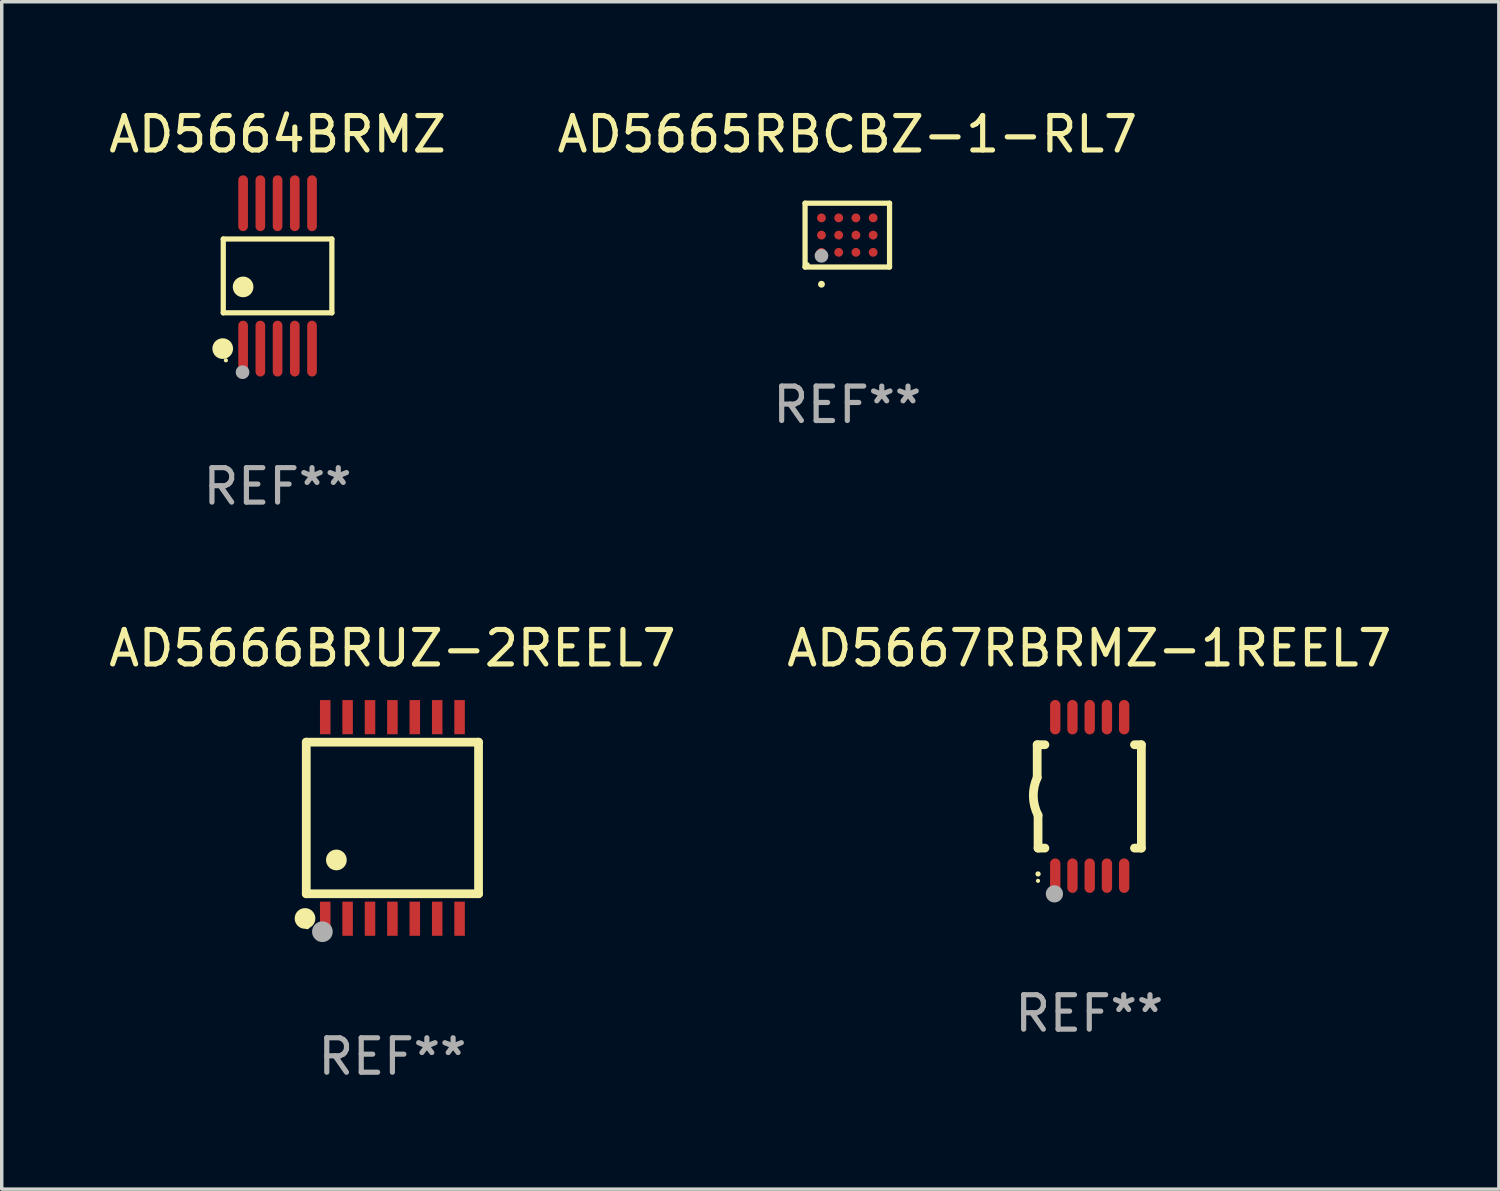
<source format=kicad_pcb>
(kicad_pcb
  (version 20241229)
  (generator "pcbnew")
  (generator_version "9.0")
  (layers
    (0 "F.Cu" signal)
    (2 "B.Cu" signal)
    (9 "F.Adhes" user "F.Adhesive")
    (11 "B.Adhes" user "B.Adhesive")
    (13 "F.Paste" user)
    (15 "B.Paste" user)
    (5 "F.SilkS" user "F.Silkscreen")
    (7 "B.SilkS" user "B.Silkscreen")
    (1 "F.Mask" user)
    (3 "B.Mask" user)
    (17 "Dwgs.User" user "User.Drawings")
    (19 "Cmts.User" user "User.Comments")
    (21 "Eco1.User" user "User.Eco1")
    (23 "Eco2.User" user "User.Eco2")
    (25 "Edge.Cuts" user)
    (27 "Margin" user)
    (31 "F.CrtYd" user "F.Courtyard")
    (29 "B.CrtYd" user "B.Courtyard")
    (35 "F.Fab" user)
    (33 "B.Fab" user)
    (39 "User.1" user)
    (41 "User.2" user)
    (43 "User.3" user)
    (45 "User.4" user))
  (footprint "AD5666BRUZ-2REEL7"
    (layer "F.Cu")
    (at 8.339 20.69)
    (property "Reference" "AD5666BRUZ-2REEL7" (at 0 -4.925 0) (layer "F.SilkS") (effects (font (size 1 1) (thickness 0.15))))
    (attr through_hole)
    (fp_line (start -2.5 2.2) (end -2.5 -2.2) (stroke (width 0.254) (type solid)) (layer "F.SilkS"))
    (fp_line (start -2.5 2.2) (end 2.5 2.2) (stroke (width 0.254) (type solid)) (layer "F.SilkS"))
    (fp_line (start 2.5 -2.2) (end -2.5 -2.2) (stroke (width 0.254) (type solid)) (layer "F.SilkS"))
    (fp_line (start 2.5 -2.2) (end 2.5 2.2) (stroke (width 0.254) (type solid)) (layer "F.SilkS"))
    (fp_circle (center -2.536 2.917) (end -2.386 2.917) (stroke (width 0.3) (type solid)) (fill no) (layer "F.SilkS"))
    (fp_circle (center -2.47 3.17) (end -2.44 3.17) (stroke (width 0.06) (type solid)) (fill no) (layer "F.SilkS"))
    (fp_circle (center -1.626 1.219) (end -1.475 1.219) (stroke (width 0.3) (type solid)) (fill no) (layer "F.SilkS"))
    (fp_circle (center -2.032 3.302) (end -1.882 3.302) (stroke (width 0.3) (type solid)) (fill no) (layer "F.Fab"))
    (fp_text user "REF**" (at 0 6.925 0) (layer "F.Fab") (effects (font (size 1 1) (thickness 0.15))))
    (pad "1" smd rect (at -1.95 2.925) (size 0.305 0.991) (layers "F.Cu" "F.Mask" "F.Paste"))
    (pad "2" smd rect (at -1.3 2.925) (size 0.305 0.991) (layers "F.Cu" "F.Mask" "F.Paste"))
    (pad "3" smd rect (at -0.65 2.925) (size 0.305 0.991) (layers "F.Cu" "F.Mask" "F.Paste"))
    (pad "4" smd rect (at 0 2.925) (size 0.305 0.991) (layers "F.Cu" "F.Mask" "F.Paste"))
    (pad "5" smd rect (at 0.65 2.925) (size 0.305 0.991) (layers "F.Cu" "F.Mask" "F.Paste"))
    (pad "6" smd rect (at 1.3 2.925) (size 0.305 0.991) (layers "F.Cu" "F.Mask" "F.Paste"))
    (pad "7" smd rect (at 1.95 2.925) (size 0.305 0.991) (layers "F.Cu" "F.Mask" "F.Paste"))
    (pad "8" smd rect (at 1.95 -2.925) (size 0.305 0.991) (layers "F.Cu" "F.Mask" "F.Paste"))
    (pad "9" smd rect (at 1.3 -2.925) (size 0.305 0.991) (layers "F.Cu" "F.Mask" "F.Paste"))
    (pad "10" smd rect (at 0.65 -2.925) (size 0.305 0.991) (layers "F.Cu" "F.Mask" "F.Paste"))
    (pad "11" smd rect (at 0 -2.925) (size 0.305 0.991) (layers "F.Cu" "F.Mask" "F.Paste"))
    (pad "12" smd rect (at -0.65 -2.925) (size 0.305 0.991) (layers "F.Cu" "F.Mask" "F.Paste"))
    (pad "13" smd rect (at -1.3 -2.925) (size 0.305 0.991) (layers "F.Cu" "F.Mask" "F.Paste"))
    (pad "14" smd rect (at -1.95 -2.925) (size 0.305 0.991) (layers "F.Cu" "F.Mask" "F.Paste")))
  (footprint "AD5665RBCBZ-1-RL7"
    (layer "F.Cu")
    (at 21.542 3.774)
    (property "Reference" "AD5665RBCBZ-1-RL7" (at 0 -2.926 0) (layer "F.SilkS") (effects (font (size 1 1) (thickness 0.15))))
    (attr through_hole)
    (fp_line (start -1.226 -0.926) (end 1.226 -0.926) (stroke (width 0.152) (type solid)) (layer "F.SilkS"))
    (fp_line (start -1.226 0.926) (end -1.226 -0.926) (stroke (width 0.152) (type solid)) (layer "F.SilkS"))
    (fp_line (start 1.226 -0.926) (end 1.226 0.926) (stroke (width 0.152) (type solid)) (layer "F.SilkS"))
    (fp_line (start 1.226 0.926) (end -1.226 0.926) (stroke (width 0.152) (type solid)) (layer "F.SilkS"))
    (fp_circle (center -1.15 0.85) (end -1.12 0.85) (stroke (width 0.06) (type solid)) (fill no) (layer "F.SilkS"))
    (fp_circle (center -0.75 1.426) (end -0.7 1.426) (stroke (width 0.1) (type solid)) (fill no) (layer "F.SilkS"))
    (fp_circle (center -0.75 0.6) (end -0.65 0.6) (stroke (width 0.2) (type solid)) (fill no) (layer "F.Fab"))
    (fp_text user "REF**" (at 0 4.926 0) (layer "F.Fab") (effects (font (size 1 1) (thickness 0.15))))
    (pad "A1" smd circle (at -0.75 0.5) (size 0.256 0.256) (layers "F.Cu" "F.Mask" "F.Paste"))
    (pad "A2" smd circle (at -0.75 -0.000013) (size 0.256 0.256) (layers "F.Cu" "F.Mask" "F.Paste"))
    (pad "A3" smd circle (at -0.75 -0.5) (size 0.256 0.256) (layers "F.Cu" "F.Mask" "F.Paste"))
    (pad "B1" smd circle (at -0.25 0.5) (size 0.256 0.256) (layers "F.Cu" "F.Mask" "F.Paste"))
    (pad "B2" smd circle (at -0.25 -0.000013) (size 0.256 0.256) (layers "F.Cu" "F.Mask" "F.Paste"))
    (pad "B3" smd circle (at -0.25 -0.5) (size 0.256 0.256) (layers "F.Cu" "F.Mask" "F.Paste"))
    (pad "C1" smd circle (at 0.25 0.5) (size 0.256 0.256) (layers "F.Cu" "F.Mask" "F.Paste"))
    (pad "C2" smd circle (at 0.25 -0.000013) (size 0.256 0.256) (layers "F.Cu" "F.Mask" "F.Paste"))
    (pad "C3" smd circle (at 0.25 -0.5) (size 0.256 0.256) (layers "F.Cu" "F.Mask" "F.Paste"))
    (pad "D1" smd circle (at 0.75 0.5) (size 0.256 0.256) (layers "F.Cu" "F.Mask" "F.Paste"))
    (pad "D2" smd circle (at 0.75 -0.000013) (size 0.256 0.256) (layers "F.Cu" "F.Mask" "F.Paste"))
    (pad "D3" smd circle (at 0.75 -0.5) (size 0.256 0.256) (layers "F.Cu" "F.Mask" "F.Paste")))
  (footprint "AD5667RBRMZ-1REEL7"
    (layer "F.Cu")
    (at 28.565 20.065)
    (property "Reference" "AD5667RBRMZ-1REEL7" (at 0 -4.3 0) (layer "F.SilkS") (effects (font (size 1 1) (thickness 0.15))))
    (attr through_hole)
    (fp_line (start -1.512 -1.5) (end -1.512 -0.546) (stroke (width 0.254) (type solid)) (layer "F.SilkS"))
    (fp_line (start -1.487 0.546) (end -1.487 1.5) (stroke (width 0.254) (type solid)) (layer "F.SilkS"))
    (fp_line (start -1.288 -1.5) (end -1.512 -1.5) (stroke (width 0.254) (type solid)) (layer "F.SilkS"))
    (fp_line (start -1.288 1.5) (end -1.487 1.5) (stroke (width 0.254) (type solid)) (layer "F.SilkS"))
    (fp_line (start 1.512 -1.5) (end 1.312 -1.5) (stroke (width 0.254) (type solid)) (layer "F.SilkS"))
    (fp_line (start 1.512 -1.5) (end 1.512 1.5) (stroke (width 0.254) (type solid)) (layer "F.SilkS"))
    (fp_line (start 1.512 1.5) (end 1.312 1.5) (stroke (width 0.254) (type solid)) (layer "F.SilkS"))
    (fp_arc (start -1.487998 2.250013) (mid -1.486728 2.250007) (end -1.485458 2.250013) (stroke (width 0.150013) (type solid)) (layer "F.SilkS"))
    (fp_arc (start -1.486602 0.546102) (mid -1.624196 0.002905) (end -1.512002 -0.546101) (stroke (width 0.254001) (type solid)) (layer "F.SilkS"))
    (fp_circle (center -1.488 2.45) (end -1.458 2.45) (stroke (width 0.06) (type solid)) (fill no) (layer "F.SilkS"))
    (fp_circle (center -1.012 2.828) (end -0.887 2.828) (stroke (width 0.25) (type solid)) (fill no) (layer "F.Fab"))
    (fp_text user "REF**" (at 0 6.3 0) (layer "F.Fab") (effects (font (size 1 1) (thickness 0.15))))
    (pad "1" smd oval (at -0.988 2.3) (size 0.3 1) (layers "F.Cu" "F.Mask" "F.Paste"))
    (pad "2" smd oval (at -0.488 2.3) (size 0.3 1) (layers "F.Cu" "F.Mask" "F.Paste"))
    (pad "3" smd oval (at 0.012 2.3) (size 0.3 1) (layers "F.Cu" "F.Mask" "F.Paste"))
    (pad "4" smd oval (at 0.512 2.3) (size 0.3 1) (layers "F.Cu" "F.Mask" "F.Paste"))
    (pad "5" smd oval (at 1.012 2.3) (size 0.3 1) (layers "F.Cu" "F.Mask" "F.Paste"))
    (pad "6" smd oval (at 1.012 -2.3) (size 0.3 1) (layers "F.Cu" "F.Mask" "F.Paste"))
    (pad "7" smd oval (at 0.512 -2.3) (size 0.3 1) (layers "F.Cu" "F.Mask" "F.Paste"))
    (pad "8" smd oval (at 0.012 -2.3) (size 0.3 1) (layers "F.Cu" "F.Mask" "F.Paste"))
    (pad "9" smd oval (at -0.488 -2.3) (size 0.3 1) (layers "F.Cu" "F.Mask" "F.Paste"))
    (pad "10" smd oval (at -0.988 -2.3) (size 0.3 1) (layers "F.Cu" "F.Mask" "F.Paste")))
  (footprint "AD5664BRMZ"
    (layer "F.Cu")
    (at 5.006 4.958)
    (property "Reference" "AD5664BRMZ" (at 0 -4.11 0) (layer "F.SilkS") (effects (font (size 1 1) (thickness 0.15))))
    (attr through_hole)
    (fp_line (start -1.576 -1.071) (end 1.576 -1.071) (stroke (width 0.152) (type solid)) (layer "F.SilkS"))
    (fp_line (start -1.576 1.071) (end -1.576 -1.071) (stroke (width 0.152) (type solid)) (layer "F.SilkS"))
    (fp_line (start 1.576 -1.071) (end 1.576 1.071) (stroke (width 0.152) (type solid)) (layer "F.SilkS"))
    (fp_line (start 1.576 1.071) (end -1.576 1.071) (stroke (width 0.152) (type solid)) (layer "F.SilkS"))
    (fp_circle (center -1.592 2.11) (end -1.442 2.11) (stroke (width 0.3) (type solid)) (fill no) (layer "F.SilkS"))
    (fp_circle (center -1.5 2.45) (end -1.47 2.45) (stroke (width 0.06) (type solid)) (fill no) (layer "F.SilkS"))
    (fp_circle (center -1 0.319) (end -0.85 0.319) (stroke (width 0.3) (type solid)) (fill no) (layer "F.SilkS"))
    (fp_circle (center -1.016 2.794) (end -0.916 2.794) (stroke (width 0.2) (type solid)) (fill no) (layer "F.Fab"))
    (fp_text user "REF**" (at 0 6.11 0) (layer "F.Fab") (effects (font (size 1 1) (thickness 0.15))))
    (pad "1" smd oval (at -1 2.11) (size 0.28 1.62) (layers "F.Cu" "F.Mask" "F.Paste"))
    (pad "2" smd oval (at -0.5 2.11) (size 0.28 1.62) (layers "F.Cu" "F.Mask" "F.Paste"))
    (pad "3" smd oval (at 0 2.11) (size 0.28 1.62) (layers "F.Cu" "F.Mask" "F.Paste"))
    (pad "4" smd oval (at 0.5 2.11) (size 0.28 1.62) (layers "F.Cu" "F.Mask" "F.Paste"))
    (pad "5" smd oval (at 1 2.11) (size 0.28 1.62) (layers "F.Cu" "F.Mask" "F.Paste"))
    (pad "6" smd oval (at 1 -2.11) (size 0.28 1.62) (layers "F.Cu" "F.Mask" "F.Paste"))
    (pad "7" smd oval (at 0.5 -2.11) (size 0.28 1.62) (layers "F.Cu" "F.Mask" "F.Paste"))
    (pad "8" smd oval (at 0 -2.11) (size 0.28 1.62) (layers "F.Cu" "F.Mask" "F.Paste"))
    (pad "9" smd oval (at -0.5 -2.11) (size 0.28 1.62) (layers "F.Cu" "F.Mask" "F.Paste"))
    (pad "10" smd oval (at -1 -2.11) (size 0.28 1.62) (layers "F.Cu" "F.Mask" "F.Paste")))
  (gr_rect
    (start -3 -3)
    (end 40.452 31.463)
    (stroke (width 0.1) (type default))
    (fill no)
    (layer "Edge.Cuts")))
</source>
